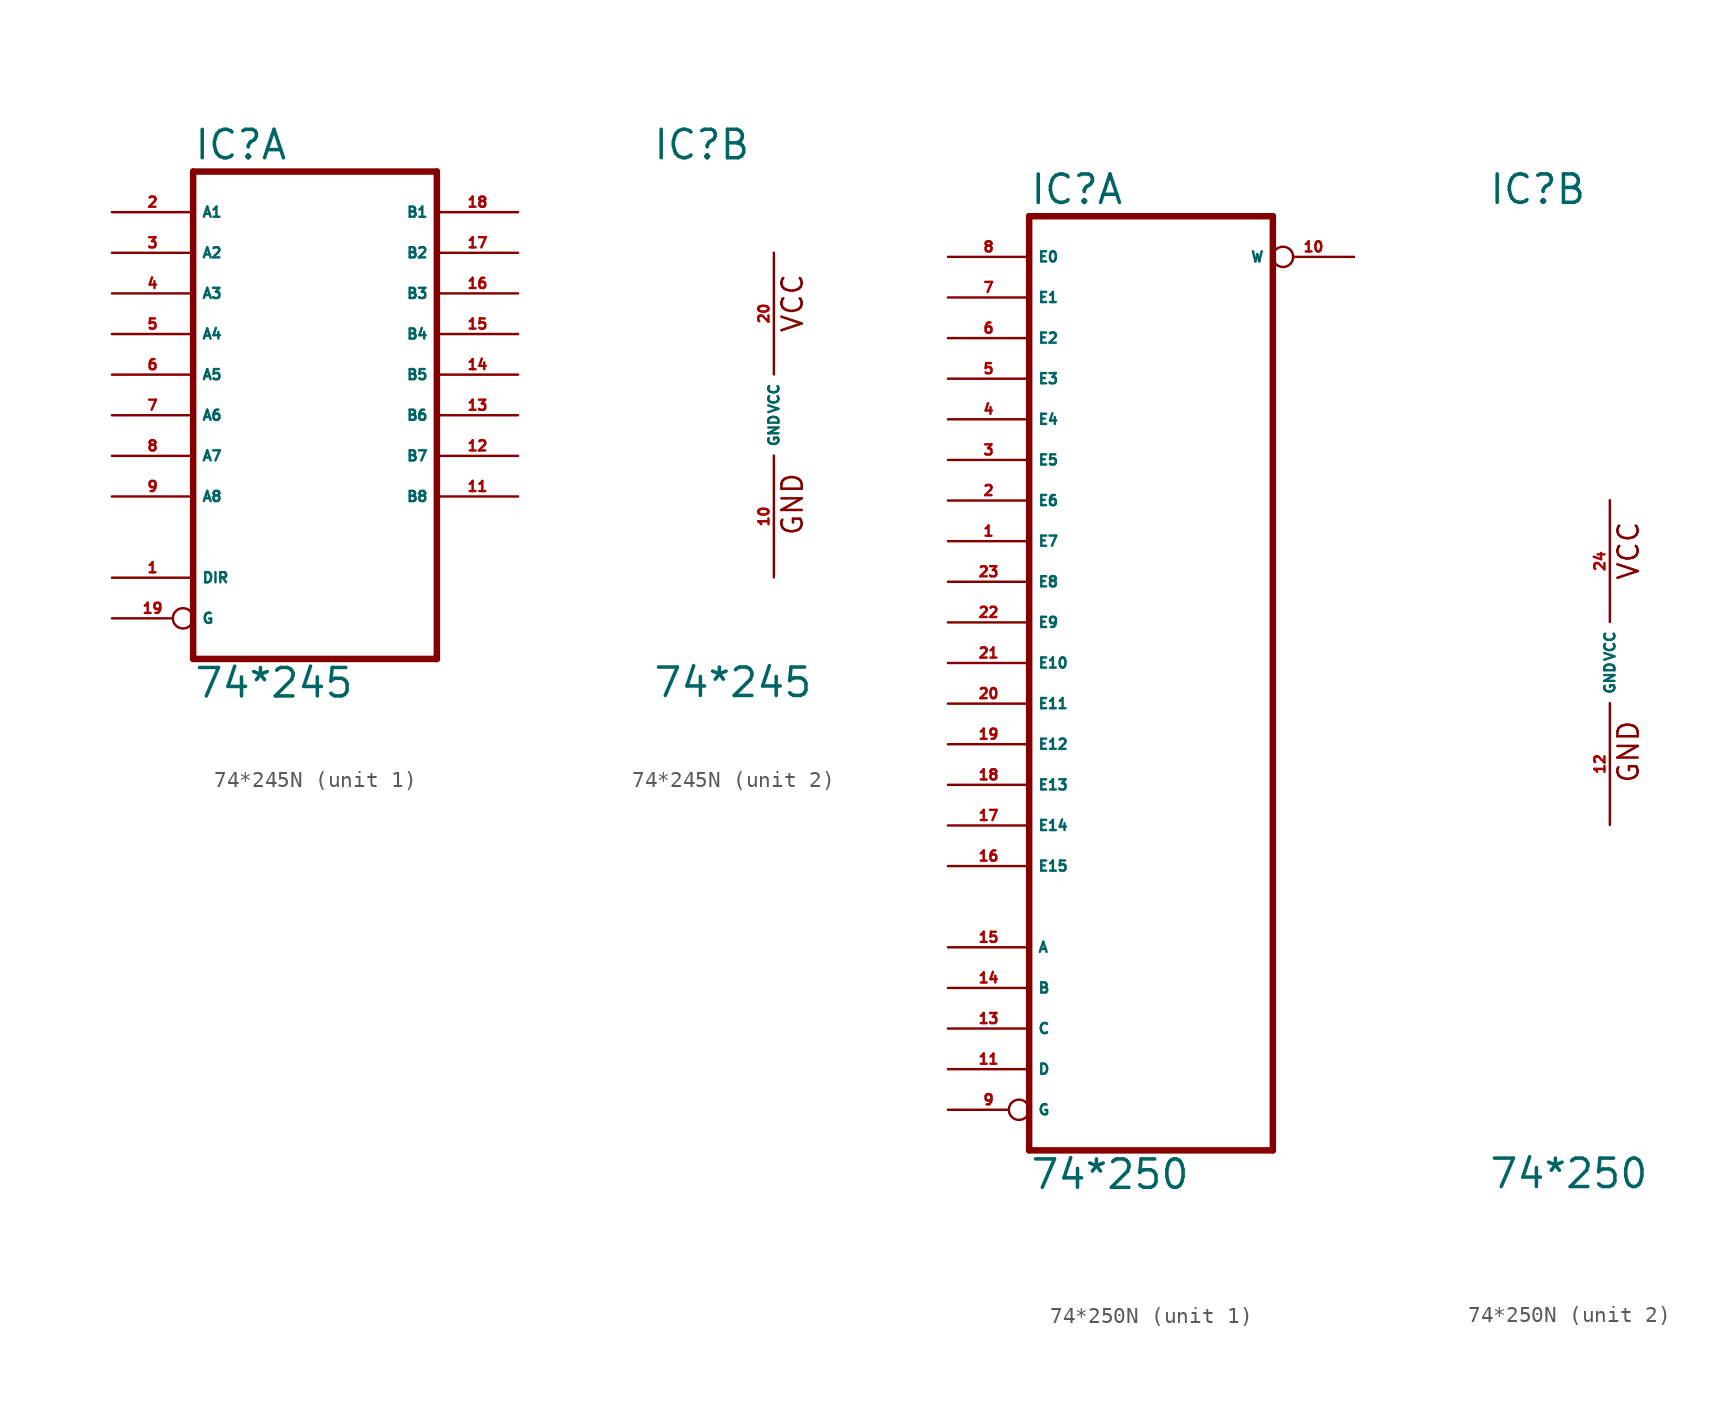
<source format=kicad_sym>
(kicad_symbol_lib
  (version 20220914)
  (generator Eagle2Kicad)
  (symbol "74*245N"
    (property "Reference" "IC"
      (at -7.62 15.875 0)
      (effects (font (size 1.778 1.778) (thickness 0.22)) (justify left bottom)))
    (property "Value" "74*245"
      (at -7.62 -17.78 0)
      (effects (font (size 1.778 1.778) (thickness 0.22)) (justify left bottom)))
    (symbol "74*245N_1_0"
      (polyline (pts (xy -7.62 -15.24) (xy 7.62 -15.24)) (stroke (width 0.406) (type default)) (fill (type none)))
      (polyline (pts (xy 7.62 -15.24) (xy 7.62 15.24)) (stroke (width 0.406) (type default)) (fill (type none)))
      (polyline (pts (xy 7.62 15.24) (xy -7.62 15.24)) (stroke (width 0.406) (type default)) (fill (type none)))
      (polyline (pts (xy -7.62 15.24) (xy -7.62 -15.24)) (stroke (width 0.406) (type default)) (fill (type none)))
      (pin input line (at -12.7 -10.16 0) (length 5.08) (name "DIR" (effects (font (size 0.635 0.635) (thickness 0.08)) (justify left bottom))) (number "1" (effects (font (size 0.635 0.635) (thickness 0.08)) (justify left bottom))))
      (pin bidirectional line (at -12.7 12.7 0) (length 5.08) (name "A1" (effects (font (size 0.635 0.635) (thickness 0.08)) (justify left bottom))) (number "2" (effects (font (size 0.635 0.635) (thickness 0.08)) (justify left bottom))))
      (pin bidirectional line (at -12.7 10.16 0) (length 5.08) (name "A2" (effects (font (size 0.635 0.635) (thickness 0.08)) (justify left bottom))) (number "3" (effects (font (size 0.635 0.635) (thickness 0.08)) (justify left bottom))))
      (pin bidirectional line (at -12.7 7.62 0) (length 5.08) (name "A3" (effects (font (size 0.635 0.635) (thickness 0.08)) (justify left bottom))) (number "4" (effects (font (size 0.635 0.635) (thickness 0.08)) (justify left bottom))))
      (pin bidirectional line (at -12.7 5.08 0) (length 5.08) (name "A4" (effects (font (size 0.635 0.635) (thickness 0.08)) (justify left bottom))) (number "5" (effects (font (size 0.635 0.635) (thickness 0.08)) (justify left bottom))))
      (pin bidirectional line (at -12.7 2.54 0) (length 5.08) (name "A5" (effects (font (size 0.635 0.635) (thickness 0.08)) (justify left bottom))) (number "6" (effects (font (size 0.635 0.635) (thickness 0.08)) (justify left bottom))))
      (pin bidirectional line (at -12.7 0 0) (length 5.08) (name "A6" (effects (font (size 0.635 0.635) (thickness 0.08)) (justify left bottom))) (number "7" (effects (font (size 0.635 0.635) (thickness 0.08)) (justify left bottom))))
      (pin bidirectional line (at -12.7 -2.54 0) (length 5.08) (name "A7" (effects (font (size 0.635 0.635) (thickness 0.08)) (justify left bottom))) (number "8" (effects (font (size 0.635 0.635) (thickness 0.08)) (justify left bottom))))
      (pin bidirectional line (at -12.7 -5.08 0) (length 5.08) (name "A8" (effects (font (size 0.635 0.635) (thickness 0.08)) (justify left bottom))) (number "9" (effects (font (size 0.635 0.635) (thickness 0.08)) (justify left bottom))))
      (pin bidirectional line (at 12.7 -5.08 180) (length 5.08) (name "B8" (effects (font (size 0.635 0.635) (thickness 0.08)) (justify left bottom))) (number "11" (effects (font (size 0.635 0.635) (thickness 0.08)) (justify left bottom))))
      (pin bidirectional line (at 12.7 -2.54 180) (length 5.08) (name "B7" (effects (font (size 0.635 0.635) (thickness 0.08)) (justify left bottom))) (number "12" (effects (font (size 0.635 0.635) (thickness 0.08)) (justify left bottom))))
      (pin bidirectional line (at 12.7 0 180) (length 5.08) (name "B6" (effects (font (size 0.635 0.635) (thickness 0.08)) (justify left bottom))) (number "13" (effects (font (size 0.635 0.635) (thickness 0.08)) (justify left bottom))))
      (pin bidirectional line (at 12.7 2.54 180) (length 5.08) (name "B5" (effects (font (size 0.635 0.635) (thickness 0.08)) (justify left bottom))) (number "14" (effects (font (size 0.635 0.635) (thickness 0.08)) (justify left bottom))))
      (pin bidirectional line (at 12.7 5.08 180) (length 5.08) (name "B4" (effects (font (size 0.635 0.635) (thickness 0.08)) (justify left bottom))) (number "15" (effects (font (size 0.635 0.635) (thickness 0.08)) (justify left bottom))))
      (pin bidirectional line (at 12.7 7.62 180) (length 5.08) (name "B3" (effects (font (size 0.635 0.635) (thickness 0.08)) (justify left bottom))) (number "16" (effects (font (size 0.635 0.635) (thickness 0.08)) (justify left bottom))))
      (pin bidirectional line (at 12.7 10.16 180) (length 5.08) (name "B2" (effects (font (size 0.635 0.635) (thickness 0.08)) (justify left bottom))) (number "17" (effects (font (size 0.635 0.635) (thickness 0.08)) (justify left bottom))))
      (pin bidirectional line (at 12.7 12.7 180) (length 5.08) (name "B1" (effects (font (size 0.635 0.635) (thickness 0.08)) (justify left bottom))) (number "18" (effects (font (size 0.635 0.635) (thickness 0.08)) (justify left bottom))))
      (pin input inverted (at -12.7 -12.7 0) (length 5.08) (name "G" (effects (font (size 0.635 0.635) (thickness 0.08)) (justify left bottom))) (number "19" (effects (font (size 0.635 0.635) (thickness 0.08)) (justify left bottom)))))
    (symbol "74*245N_2_0"
      (text "GND" (at 1.905 -7.62 900) (effects (font (size 1.27 1.27) (thickness 0.16)) (justify left bottom)))
      (text "VCC" (at 1.905 5.08 900) (effects (font (size 1.27 1.27) (thickness 0.16)) (justify left bottom)))
      (pin unspecified line (at 0 -10.16 90) (length 7.62) (name "GND" (effects (font (size 0.635 0.635) (thickness 0.08)) (justify left bottom))) (number "10" (effects (font (size 0.635 0.635) (thickness 0.08)) (justify left bottom))))
      (pin unspecified line (at 0 10.16 270) (length 7.62) (name "VCC" (effects (font (size 0.635 0.635) (thickness 0.08)) (justify left bottom))) (number "20" (effects (font (size 0.635 0.635) (thickness 0.08)) (justify left bottom))))))
  (symbol "74*250N"
    (property "Reference" "IC"
      (at -7.62 28.575 0)
      (effects (font (size 1.778 1.778) (thickness 0.22)) (justify left bottom)))
    (property "Value" "74*250"
      (at -7.62 -33.02 0)
      (effects (font (size 1.778 1.778) (thickness 0.22)) (justify left bottom)))
    (symbol "74*250N_1_0"
      (polyline (pts (xy -7.62 -30.48) (xy 7.62 -30.48)) (stroke (width 0.406) (type default)) (fill (type none)))
      (polyline (pts (xy 7.62 -30.48) (xy 7.62 27.94)) (stroke (width 0.406) (type default)) (fill (type none)))
      (polyline (pts (xy 7.62 27.94) (xy -7.62 27.94)) (stroke (width 0.406) (type default)) (fill (type none)))
      (polyline (pts (xy -7.62 27.94) (xy -7.62 -30.48)) (stroke (width 0.406) (type default)) (fill (type none)))
      (pin input line (at -12.7 7.62 0) (length 5.08) (name "E7" (effects (font (size 0.635 0.635) (thickness 0.08)) (justify left bottom))) (number "1" (effects (font (size 0.635 0.635) (thickness 0.08)) (justify left bottom))))
      (pin input line (at -12.7 10.16 0) (length 5.08) (name "E6" (effects (font (size 0.635 0.635) (thickness 0.08)) (justify left bottom))) (number "2" (effects (font (size 0.635 0.635) (thickness 0.08)) (justify left bottom))))
      (pin input line (at -12.7 12.7 0) (length 5.08) (name "E5" (effects (font (size 0.635 0.635) (thickness 0.08)) (justify left bottom))) (number "3" (effects (font (size 0.635 0.635) (thickness 0.08)) (justify left bottom))))
      (pin input line (at -12.7 15.24 0) (length 5.08) (name "E4" (effects (font (size 0.635 0.635) (thickness 0.08)) (justify left bottom))) (number "4" (effects (font (size 0.635 0.635) (thickness 0.08)) (justify left bottom))))
      (pin input line (at -12.7 17.78 0) (length 5.08) (name "E3" (effects (font (size 0.635 0.635) (thickness 0.08)) (justify left bottom))) (number "5" (effects (font (size 0.635 0.635) (thickness 0.08)) (justify left bottom))))
      (pin input line (at -12.7 20.32 0) (length 5.08) (name "E2" (effects (font (size 0.635 0.635) (thickness 0.08)) (justify left bottom))) (number "6" (effects (font (size 0.635 0.635) (thickness 0.08)) (justify left bottom))))
      (pin input line (at -12.7 22.86 0) (length 5.08) (name "E1" (effects (font (size 0.635 0.635) (thickness 0.08)) (justify left bottom))) (number "7" (effects (font (size 0.635 0.635) (thickness 0.08)) (justify left bottom))))
      (pin input line (at -12.7 25.4 0) (length 5.08) (name "E0" (effects (font (size 0.635 0.635) (thickness 0.08)) (justify left bottom))) (number "8" (effects (font (size 0.635 0.635) (thickness 0.08)) (justify left bottom))))
      (pin input inverted (at -12.7 -27.94 0) (length 5.08) (name "G" (effects (font (size 0.635 0.635) (thickness 0.08)) (justify left bottom))) (number "9" (effects (font (size 0.635 0.635) (thickness 0.08)) (justify left bottom))))
      (pin tri_state inverted (at 12.7 25.4 180) (length 5.08) (name "W" (effects (font (size 0.635 0.635) (thickness 0.08)) (justify left bottom))) (number "10" (effects (font (size 0.635 0.635) (thickness 0.08)) (justify left bottom))))
      (pin input line (at -12.7 -25.4 0) (length 5.08) (name "D" (effects (font (size 0.635 0.635) (thickness 0.08)) (justify left bottom))) (number "11" (effects (font (size 0.635 0.635) (thickness 0.08)) (justify left bottom))))
      (pin input line (at -12.7 -22.86 0) (length 5.08) (name "C" (effects (font (size 0.635 0.635) (thickness 0.08)) (justify left bottom))) (number "13" (effects (font (size 0.635 0.635) (thickness 0.08)) (justify left bottom))))
      (pin input line (at -12.7 -20.32 0) (length 5.08) (name "B" (effects (font (size 0.635 0.635) (thickness 0.08)) (justify left bottom))) (number "14" (effects (font (size 0.635 0.635) (thickness 0.08)) (justify left bottom))))
      (pin input line (at -12.7 -17.78 0) (length 5.08) (name "A" (effects (font (size 0.635 0.635) (thickness 0.08)) (justify left bottom))) (number "15" (effects (font (size 0.635 0.635) (thickness 0.08)) (justify left bottom))))
      (pin input line (at -12.7 -12.7 0) (length 5.08) (name "E15" (effects (font (size 0.635 0.635) (thickness 0.08)) (justify left bottom))) (number "16" (effects (font (size 0.635 0.635) (thickness 0.08)) (justify left bottom))))
      (pin input line (at -12.7 -10.16 0) (length 5.08) (name "E14" (effects (font (size 0.635 0.635) (thickness 0.08)) (justify left bottom))) (number "17" (effects (font (size 0.635 0.635) (thickness 0.08)) (justify left bottom))))
      (pin input line (at -12.7 -7.62 0) (length 5.08) (name "E13" (effects (font (size 0.635 0.635) (thickness 0.08)) (justify left bottom))) (number "18" (effects (font (size 0.635 0.635) (thickness 0.08)) (justify left bottom))))
      (pin input line (at -12.7 -5.08 0) (length 5.08) (name "E12" (effects (font (size 0.635 0.635) (thickness 0.08)) (justify left bottom))) (number "19" (effects (font (size 0.635 0.635) (thickness 0.08)) (justify left bottom))))
      (pin input line (at -12.7 -2.54 0) (length 5.08) (name "E11" (effects (font (size 0.635 0.635) (thickness 0.08)) (justify left bottom))) (number "20" (effects (font (size 0.635 0.635) (thickness 0.08)) (justify left bottom))))
      (pin input line (at -12.7 0 0) (length 5.08) (name "E10" (effects (font (size 0.635 0.635) (thickness 0.08)) (justify left bottom))) (number "21" (effects (font (size 0.635 0.635) (thickness 0.08)) (justify left bottom))))
      (pin input line (at -12.7 2.54 0) (length 5.08) (name "E9" (effects (font (size 0.635 0.635) (thickness 0.08)) (justify left bottom))) (number "22" (effects (font (size 0.635 0.635) (thickness 0.08)) (justify left bottom))))
      (pin input line (at -12.7 5.08 0) (length 5.08) (name "E8" (effects (font (size 0.635 0.635) (thickness 0.08)) (justify left bottom))) (number "23" (effects (font (size 0.635 0.635) (thickness 0.08)) (justify left bottom)))))
    (symbol "74*250N_2_0"
      (text "GND" (at 1.905 -7.62 900) (effects (font (size 1.27 1.27) (thickness 0.16)) (justify left bottom)))
      (text "VCC" (at 1.905 5.08 900) (effects (font (size 1.27 1.27) (thickness 0.16)) (justify left bottom)))
      (pin unspecified line (at 0 -10.16 90) (length 7.62) (name "GND" (effects (font (size 0.635 0.635) (thickness 0.08)) (justify left bottom))) (number "12" (effects (font (size 0.635 0.635) (thickness 0.08)) (justify left bottom))))
      (pin unspecified line (at 0 10.16 270) (length 7.62) (name "VCC" (effects (font (size 0.635 0.635) (thickness 0.08)) (justify left bottom))) (number "24" (effects (font (size 0.635 0.635) (thickness 0.08)) (justify left bottom)))))))
</source>
